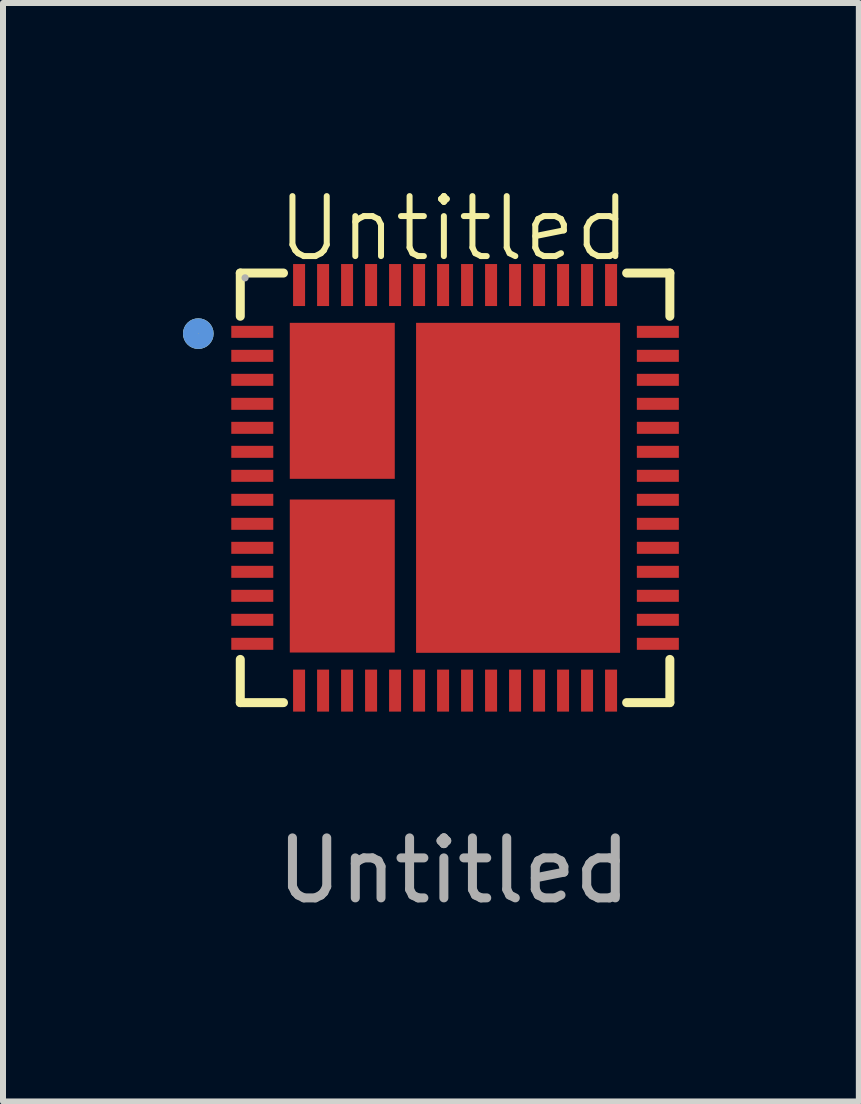
<source format=kicad_pcb>
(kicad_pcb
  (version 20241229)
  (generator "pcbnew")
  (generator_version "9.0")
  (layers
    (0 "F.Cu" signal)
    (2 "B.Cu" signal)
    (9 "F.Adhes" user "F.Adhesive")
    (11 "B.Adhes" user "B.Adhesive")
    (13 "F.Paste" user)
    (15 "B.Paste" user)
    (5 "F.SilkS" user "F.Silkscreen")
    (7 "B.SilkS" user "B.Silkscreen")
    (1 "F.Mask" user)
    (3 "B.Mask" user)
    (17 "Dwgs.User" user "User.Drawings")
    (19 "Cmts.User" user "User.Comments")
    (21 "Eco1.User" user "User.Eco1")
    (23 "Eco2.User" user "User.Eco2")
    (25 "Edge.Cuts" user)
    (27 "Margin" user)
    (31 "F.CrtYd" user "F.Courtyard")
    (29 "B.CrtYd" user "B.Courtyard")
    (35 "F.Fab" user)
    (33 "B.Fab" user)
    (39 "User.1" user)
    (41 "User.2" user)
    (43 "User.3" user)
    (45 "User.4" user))
  (footprint "Untitled"
    (layer "F.Cu")
    (at 4.515 5.061)
    (property "Reference" "Untitled" (at 0 -4.3 0) (unlocked yes) (layer "F.SilkS") (effects (font (size 1 1) (thickness 0.1))))
    (attr smd)
    (fp_line (start -3.56 -3.56) (end -2.84 -3.56) (stroke (width 0.15) (type solid)) (layer "F.SilkS"))
    (fp_line (start -3.56 -2.84) (end -3.56 -3.56) (stroke (width 0.15) (type solid)) (layer "F.SilkS"))
    (fp_line (start -3.56 2.88) (end -3.56 3.6) (stroke (width 0.15) (type solid)) (layer "F.SilkS"))
    (fp_line (start -3.56 3.6) (end -2.84 3.6) (stroke (width 0.15) (type solid)) (layer "F.SilkS"))
    (fp_line (start 3.6 -3.56) (end 2.88 -3.56) (stroke (width 0.15) (type solid)) (layer "F.SilkS"))
    (fp_line (start 3.6 -2.84) (end 3.6 -3.56) (stroke (width 0.15) (type solid)) (layer "F.SilkS"))
    (fp_line (start 3.6 2.88) (end 3.6 3.6) (stroke (width 0.15) (type solid)) (layer "F.SilkS"))
    (fp_line (start 3.6 3.6) (end 2.88 3.6) (stroke (width 0.15) (type solid)) (layer "F.SilkS"))
    (fp_circle (center -4.26 -2.55) (end -4.13 -2.55) (stroke (width 0.25) (type solid)) (fill no) (layer "F.SilkS"))
    (fp_circle (center -4.26 -2.55) (end -4.13 -2.55) (stroke (width 0.25) (type solid)) (fill no) (layer "Cmts.User"))
    (fp_circle (center -3.48 -3.48) (end -3.45 -3.48) (stroke (width 0.06) (type solid)) (fill no) (layer "F.Fab"))
    (fp_text user "${REFERENCE}" (at 0 6.4 0) (unlocked yes) (layer "F.Fab") (effects (font (size 1 1) (thickness 0.15))))
    (pad "1" smd rect (at -3.36 -2.58) (size 0.7 0.2) (layers "F.Cu" "F.Mask" "F.Paste"))
    (pad "2" smd rect (at -3.36 -2.18) (size 0.7 0.2) (layers "F.Cu" "F.Mask" "F.Paste"))
    (pad "3" smd rect (at -3.36 -1.78) (size 0.7 0.2) (layers "F.Cu" "F.Mask" "F.Paste"))
    (pad "4" smd rect (at -3.36 -1.38) (size 0.7 0.2) (layers "F.Cu" "F.Mask" "F.Paste"))
    (pad "5" smd rect (at -3.36 -0.98) (size 0.7 0.2) (layers "F.Cu" "F.Mask" "F.Paste"))
    (pad "6" smd rect (at -3.36 -0.58) (size 0.7 0.2) (layers "F.Cu" "F.Mask" "F.Paste"))
    (pad "7" smd rect (at -3.36 -0.18) (size 0.7 0.2) (layers "F.Cu" "F.Mask" "F.Paste"))
    (pad "8" smd rect (at -3.36 0.22) (size 0.7 0.2) (layers "F.Cu" "F.Mask" "F.Paste"))
    (pad "9" smd rect (at -3.36 0.62) (size 0.7 0.2) (layers "F.Cu" "F.Mask" "F.Paste"))
    (pad "10" smd rect (at -3.36 1.02) (size 0.7 0.2) (layers "F.Cu" "F.Mask" "F.Paste"))
    (pad "11" smd rect (at -3.36 1.42) (size 0.7 0.2) (layers "F.Cu" "F.Mask" "F.Paste"))
    (pad "12" smd rect (at -3.36 1.82) (size 0.7 0.2) (layers "F.Cu" "F.Mask" "F.Paste"))
    (pad "13" smd rect (at -3.36 2.22) (size 0.7 0.2) (layers "F.Cu" "F.Mask" "F.Paste"))
    (pad "14" smd rect (at -3.36 2.62) (size 0.7 0.2) (layers "F.Cu" "F.Mask" "F.Paste"))
    (pad "15" smd rect (at -2.58 3.4) (size 0.2 0.7) (layers "F.Cu" "F.Mask" "F.Paste"))
    (pad "16" smd rect (at -2.18 3.4) (size 0.2 0.7) (layers "F.Cu" "F.Mask" "F.Paste"))
    (pad "17" smd rect (at -1.78 3.4) (size 0.2 0.7) (layers "F.Cu" "F.Mask" "F.Paste"))
    (pad "18" smd rect (at -1.38 3.4) (size 0.2 0.7) (layers "F.Cu" "F.Mask" "F.Paste"))
    (pad "19" smd rect (at -0.98 3.4) (size 0.2 0.7) (layers "F.Cu" "F.Mask" "F.Paste"))
    (pad "20" smd rect (at -0.58 3.4) (size 0.2 0.7) (layers "F.Cu" "F.Mask" "F.Paste"))
    (pad "21" smd rect (at -0.18 3.4) (size 0.2 0.7) (layers "F.Cu" "F.Mask" "F.Paste"))
    (pad "22" smd rect (at 0.22 3.4) (size 0.2 0.7) (layers "F.Cu" "F.Mask" "F.Paste"))
    (pad "23" smd rect (at 0.62 3.4) (size 0.2 0.7) (layers "F.Cu" "F.Mask" "F.Paste"))
    (pad "24" smd rect (at 1.02 3.4) (size 0.2 0.7) (layers "F.Cu" "F.Mask" "F.Paste"))
    (pad "25" smd rect (at 1.42 3.4) (size 0.2 0.7) (layers "F.Cu" "F.Mask" "F.Paste"))
    (pad "26" smd rect (at 1.82 3.4) (size 0.2 0.7) (layers "F.Cu" "F.Mask" "F.Paste"))
    (pad "27" smd rect (at 2.22 3.4) (size 0.2 0.7) (layers "F.Cu" "F.Mask" "F.Paste"))
    (pad "28" smd rect (at 2.62 3.4) (size 0.2 0.7) (layers "F.Cu" "F.Mask" "F.Paste"))
    (pad "29" smd rect (at 3.4 2.62) (size 0.7 0.2) (layers "F.Cu" "F.Mask" "F.Paste"))
    (pad "30" smd rect (at 3.4 2.22) (size 0.7 0.2) (layers "F.Cu" "F.Mask" "F.Paste"))
    (pad "31" smd rect (at 3.4 1.82) (size 0.7 0.2) (layers "F.Cu" "F.Mask" "F.Paste"))
    (pad "32" smd rect (at 3.4 1.42) (size 0.7 0.2) (layers "F.Cu" "F.Mask" "F.Paste"))
    (pad "33" smd rect (at 3.4 1.02) (size 0.7 0.2) (layers "F.Cu" "F.Mask" "F.Paste"))
    (pad "34" smd rect (at 3.4 0.62) (size 0.7 0.2) (layers "F.Cu" "F.Mask" "F.Paste"))
    (pad "35" smd rect (at 3.4 0.22) (size 0.7 0.2) (layers "F.Cu" "F.Mask" "F.Paste"))
    (pad "36" smd rect (at 3.4 -0.18) (size 0.7 0.2) (layers "F.Cu" "F.Mask" "F.Paste"))
    (pad "37" smd rect (at 3.4 -0.58) (size 0.7 0.2) (layers "F.Cu" "F.Mask" "F.Paste"))
    (pad "38" smd rect (at 3.4 -0.98) (size 0.7 0.2) (layers "F.Cu" "F.Mask" "F.Paste"))
    (pad "39" smd rect (at 3.4 -1.38) (size 0.7 0.2) (layers "F.Cu" "F.Mask" "F.Paste"))
    (pad "40" smd rect (at 3.4 -1.78) (size 0.7 0.2) (layers "F.Cu" "F.Mask" "F.Paste"))
    (pad "41" smd rect (at 3.4 -2.18) (size 0.7 0.2) (layers "F.Cu" "F.Mask" "F.Paste"))
    (pad "42" smd rect (at 3.4 -2.58) (size 0.7 0.2) (layers "F.Cu" "F.Mask" "F.Paste"))
    (pad "43" smd rect (at 2.62 -3.36) (size 0.2 0.7) (layers "F.Cu" "F.Mask" "F.Paste"))
    (pad "44" smd rect (at 2.22 -3.36) (size 0.2 0.7) (layers "F.Cu" "F.Mask" "F.Paste"))
    (pad "45" smd rect (at 1.82 -3.36) (size 0.2 0.7) (layers "F.Cu" "F.Mask" "F.Paste"))
    (pad "46" smd rect (at 1.42 -3.36) (size 0.2 0.7) (layers "F.Cu" "F.Mask" "F.Paste"))
    (pad "47" smd rect (at 1.02 -3.36) (size 0.2 0.7) (layers "F.Cu" "F.Mask" "F.Paste"))
    (pad "48" smd rect (at 0.62 -3.36) (size 0.2 0.7) (layers "F.Cu" "F.Mask" "F.Paste"))
    (pad "49" smd rect (at 0.22 -3.36) (size 0.2 0.7) (layers "F.Cu" "F.Mask" "F.Paste"))
    (pad "50" smd rect (at -0.18 -3.36) (size 0.2 0.7) (layers "F.Cu" "F.Mask" "F.Paste"))
    (pad "51" smd rect (at -0.58 -3.36) (size 0.2 0.7) (layers "F.Cu" "F.Mask" "F.Paste"))
    (pad "52" smd rect (at -0.98 -3.36) (size 0.2 0.7) (layers "F.Cu" "F.Mask" "F.Paste"))
    (pad "53" smd rect (at -1.38 -3.36) (size 0.2 0.7) (layers "F.Cu" "F.Mask" "F.Paste"))
    (pad "54" smd rect (at -1.78 -3.36) (size 0.2 0.7) (layers "F.Cu" "F.Mask" "F.Paste"))
    (pad "55" smd rect (at -2.18 -3.36) (size 0.2 0.7) (layers "F.Cu" "F.Mask" "F.Paste"))
    (pad "56" smd rect (at -2.58 -3.36) (size 0.2 0.7) (layers "F.Cu" "F.Mask" "F.Paste"))
    (pad "57" smd rect (at -1.86 -1.43) (size 1.75 2.6) (layers "F.Cu" "F.Mask" "F.Paste"))
    (pad "58" smd rect (at -1.86 1.49) (size 1.75 2.55) (layers "F.Cu" "F.Mask" "F.Paste"))
    (pad "59" smd rect (at 1.07 0.02) (size 3.4 5.5) (layers "F.Cu" "F.Mask" "F.Paste")))
  (gr_rect
    (start -3 -3)
    (end 11.265 15.309)
    (stroke (width 0.1) (type default))
    (fill no)
    (layer "Edge.Cuts")))
</source>
